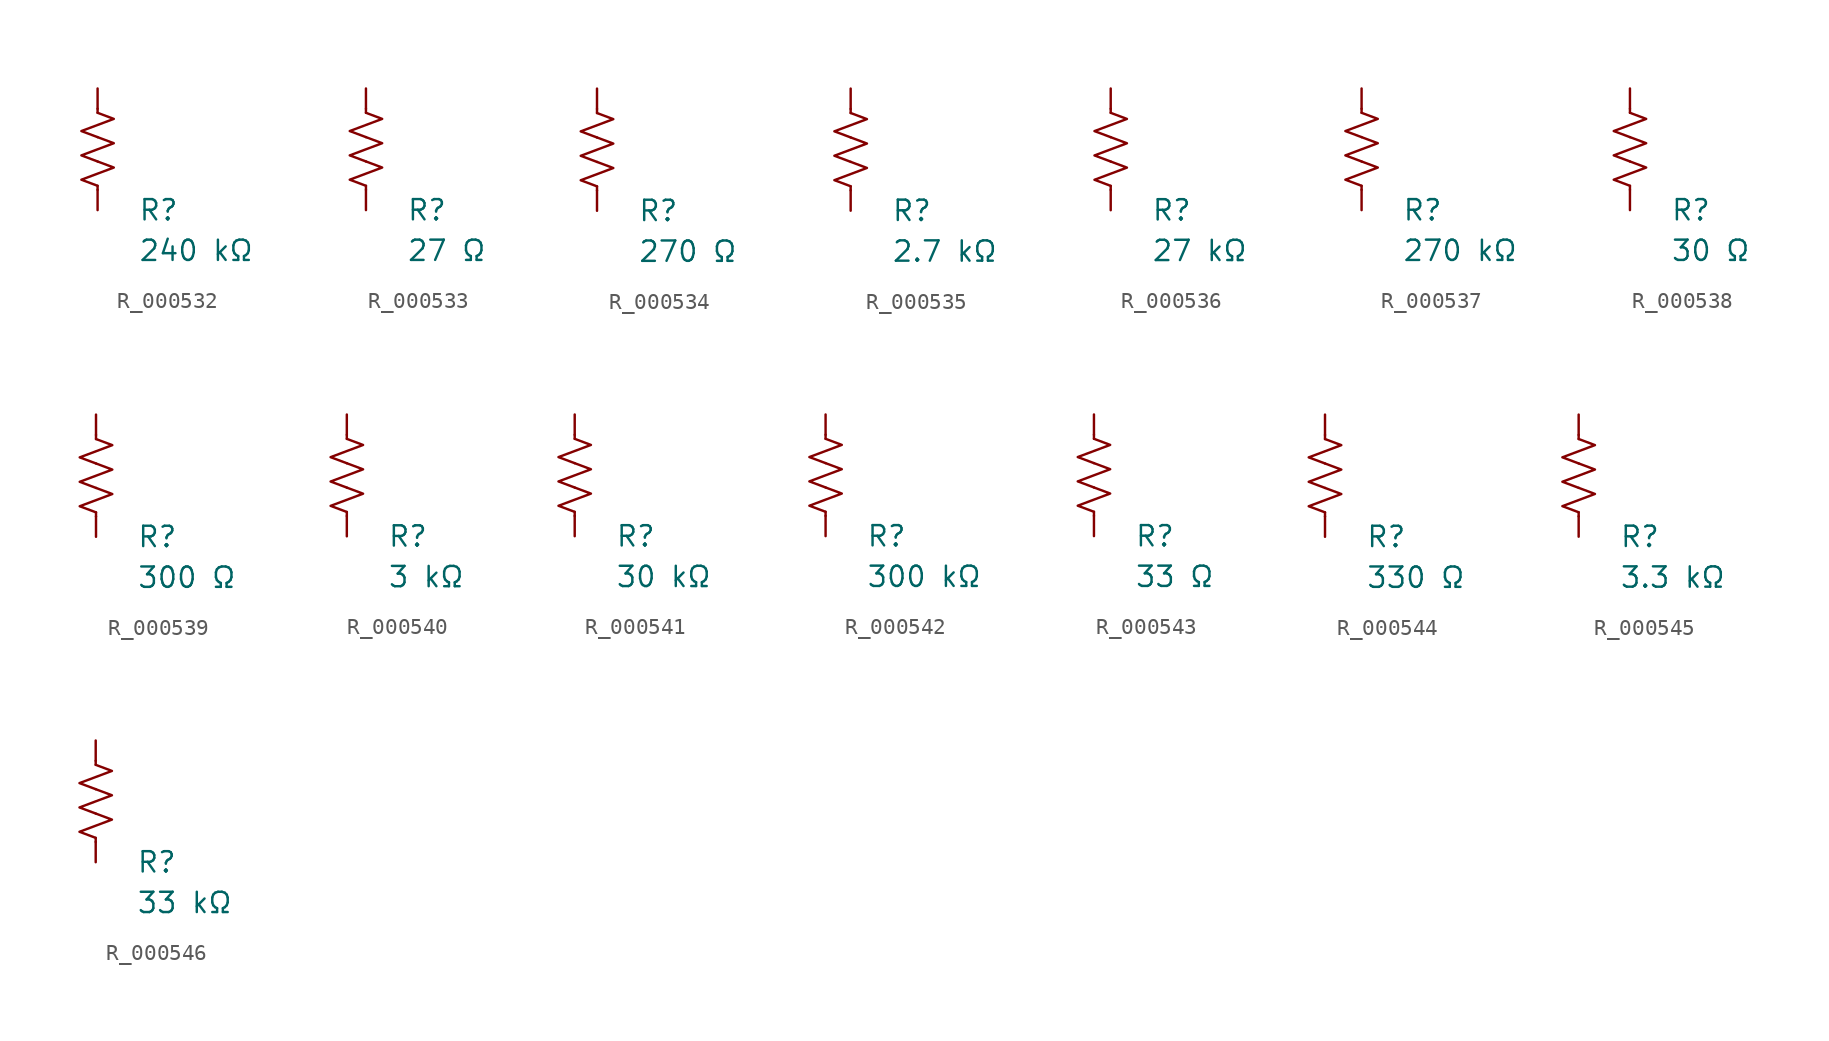
<source format=kicad_sym>
(kicad_symbol_lib
  (version 20231120)
  (generator "kicad_symbol_editor")
  (generator_version "8.0")
  (symbol "R_000532"
    (pin_numbers hide)
    (pin_names
      (offset 0))
    (property "Reference" "R"
      (at 2.54 -3.81 0)
      (effects (font (size 1.27 1.27)) (justify left))
      (show_name no))
    (property "Value" "240 kΩ"
      (at 2.54 -6.35 0)
      (effects (font (size 1.27 1.27)) (justify left))
      (show_name no))
    (symbol "R_000532_0_1"
      (polyline (pts (xy 0 -2.286) (xy 0 -2.54)) (stroke (width 0) (type default)) (fill (type none)))
      (polyline (pts (xy 0 2.286) (xy 0 2.54)) (stroke (width 0) (type default)) (fill (type none)))
      (polyline (pts (xy 0 -0.762) (xy 1.016 -1.143) (xy 0 -1.524) (xy -1.016 -1.905) (xy 0 -2.286)) (stroke (width 0) (type default)) (fill (type none)))
      (polyline (pts (xy 0 0.762) (xy 1.016 0.381) (xy 0 0) (xy -1.016 -0.381) (xy 0 -0.762)) (stroke (width 0) (type default)) (fill (type none)))
      (polyline (pts (xy 0 2.286) (xy 1.016 1.905) (xy 0 1.524) (xy -1.016 1.143) (xy 0 0.762)) (stroke (width 0) (type default)) (fill (type none))))
    (symbol "R_000532_1_1"
      (pin passive line (at 0 3.81 270) (length 1.27) (name "~" (effects (font (size 1.27 1.27)))) (number "1" (effects (font (size 1.27 1.27)))))
      (pin passive line (at 0 -3.81 90) (length 1.27) (name "~" (effects (font (size 1.27 1.27)))) (number "2" (effects (font (size 1.27 1.27)))))))
  (symbol "R_000533"
    (pin_numbers hide)
    (pin_names
      (offset 0))
    (property "Reference" "R"
      (at 2.54 -3.81 0)
      (effects (font (size 1.27 1.27)) (justify left))
      (show_name no))
    (property "Value" "27 Ω"
      (at 2.54 -6.35 0)
      (effects (font (size 1.27 1.27)) (justify left))
      (show_name no))
    (symbol "R_000533_0_1"
      (polyline (pts (xy 0 -2.286) (xy 0 -2.54)) (stroke (width 0) (type default)) (fill (type none)))
      (polyline (pts (xy 0 2.286) (xy 0 2.54)) (stroke (width 0) (type default)) (fill (type none)))
      (polyline (pts (xy 0 -0.762) (xy 1.016 -1.143) (xy 0 -1.524) (xy -1.016 -1.905) (xy 0 -2.286)) (stroke (width 0) (type default)) (fill (type none)))
      (polyline (pts (xy 0 0.762) (xy 1.016 0.381) (xy 0 0) (xy -1.016 -0.381) (xy 0 -0.762)) (stroke (width 0) (type default)) (fill (type none)))
      (polyline (pts (xy 0 2.286) (xy 1.016 1.905) (xy 0 1.524) (xy -1.016 1.143) (xy 0 0.762)) (stroke (width 0) (type default)) (fill (type none))))
    (symbol "R_000533_1_1"
      (pin passive line (at 0 3.81 270) (length 1.27) (name "~" (effects (font (size 1.27 1.27)))) (number "1" (effects (font (size 1.27 1.27)))))
      (pin passive line (at 0 -3.81 90) (length 1.27) (name "~" (effects (font (size 1.27 1.27)))) (number "2" (effects (font (size 1.27 1.27)))))))
  (symbol "R_000534"
    (pin_numbers hide)
    (pin_names
      (offset 0))
    (property "Reference" "R"
      (at 2.54 -3.81 0)
      (effects (font (size 1.27 1.27)) (justify left))
      (show_name no))
    (property "Value" "270 Ω"
      (at 2.54 -6.35 0)
      (effects (font (size 1.27 1.27)) (justify left))
      (show_name no))
    (symbol "R_000534_0_1"
      (polyline (pts (xy 0 -2.286) (xy 0 -2.54)) (stroke (width 0) (type default)) (fill (type none)))
      (polyline (pts (xy 0 2.286) (xy 0 2.54)) (stroke (width 0) (type default)) (fill (type none)))
      (polyline (pts (xy 0 -0.762) (xy 1.016 -1.143) (xy 0 -1.524) (xy -1.016 -1.905) (xy 0 -2.286)) (stroke (width 0) (type default)) (fill (type none)))
      (polyline (pts (xy 0 0.762) (xy 1.016 0.381) (xy 0 0) (xy -1.016 -0.381) (xy 0 -0.762)) (stroke (width 0) (type default)) (fill (type none)))
      (polyline (pts (xy 0 2.286) (xy 1.016 1.905) (xy 0 1.524) (xy -1.016 1.143) (xy 0 0.762)) (stroke (width 0) (type default)) (fill (type none))))
    (symbol "R_000534_1_1"
      (pin passive line (at 0 3.81 270) (length 1.27) (name "~" (effects (font (size 1.27 1.27)))) (number "1" (effects (font (size 1.27 1.27)))))
      (pin passive line (at 0 -3.81 90) (length 1.27) (name "~" (effects (font (size 1.27 1.27)))) (number "2" (effects (font (size 1.27 1.27)))))))
  (symbol "R_000535"
    (pin_numbers hide)
    (pin_names
      (offset 0))
    (property "Reference" "R"
      (at 2.54 -3.81 0)
      (effects (font (size 1.27 1.27)) (justify left))
      (show_name no))
    (property "Value" "2.7 kΩ"
      (at 2.54 -6.35 0)
      (effects (font (size 1.27 1.27)) (justify left))
      (show_name no))
    (symbol "R_000535_0_1"
      (polyline (pts (xy 0 -2.286) (xy 0 -2.54)) (stroke (width 0) (type default)) (fill (type none)))
      (polyline (pts (xy 0 2.286) (xy 0 2.54)) (stroke (width 0) (type default)) (fill (type none)))
      (polyline (pts (xy 0 -0.762) (xy 1.016 -1.143) (xy 0 -1.524) (xy -1.016 -1.905) (xy 0 -2.286)) (stroke (width 0) (type default)) (fill (type none)))
      (polyline (pts (xy 0 0.762) (xy 1.016 0.381) (xy 0 0) (xy -1.016 -0.381) (xy 0 -0.762)) (stroke (width 0) (type default)) (fill (type none)))
      (polyline (pts (xy 0 2.286) (xy 1.016 1.905) (xy 0 1.524) (xy -1.016 1.143) (xy 0 0.762)) (stroke (width 0) (type default)) (fill (type none))))
    (symbol "R_000535_1_1"
      (pin passive line (at 0 3.81 270) (length 1.27) (name "~" (effects (font (size 1.27 1.27)))) (number "1" (effects (font (size 1.27 1.27)))))
      (pin passive line (at 0 -3.81 90) (length 1.27) (name "~" (effects (font (size 1.27 1.27)))) (number "2" (effects (font (size 1.27 1.27)))))))
  (symbol "R_000536"
    (pin_numbers hide)
    (pin_names
      (offset 0))
    (property "Reference" "R"
      (at 2.54 -3.81 0)
      (effects (font (size 1.27 1.27)) (justify left))
      (show_name no))
    (property "Value" "27 kΩ"
      (at 2.54 -6.35 0)
      (effects (font (size 1.27 1.27)) (justify left))
      (show_name no))
    (symbol "R_000536_0_1"
      (polyline (pts (xy 0 -2.286) (xy 0 -2.54)) (stroke (width 0) (type default)) (fill (type none)))
      (polyline (pts (xy 0 2.286) (xy 0 2.54)) (stroke (width 0) (type default)) (fill (type none)))
      (polyline (pts (xy 0 -0.762) (xy 1.016 -1.143) (xy 0 -1.524) (xy -1.016 -1.905) (xy 0 -2.286)) (stroke (width 0) (type default)) (fill (type none)))
      (polyline (pts (xy 0 0.762) (xy 1.016 0.381) (xy 0 0) (xy -1.016 -0.381) (xy 0 -0.762)) (stroke (width 0) (type default)) (fill (type none)))
      (polyline (pts (xy 0 2.286) (xy 1.016 1.905) (xy 0 1.524) (xy -1.016 1.143) (xy 0 0.762)) (stroke (width 0) (type default)) (fill (type none))))
    (symbol "R_000536_1_1"
      (pin passive line (at 0 3.81 270) (length 1.27) (name "~" (effects (font (size 1.27 1.27)))) (number "1" (effects (font (size 1.27 1.27)))))
      (pin passive line (at 0 -3.81 90) (length 1.27) (name "~" (effects (font (size 1.27 1.27)))) (number "2" (effects (font (size 1.27 1.27)))))))
  (symbol "R_000537"
    (pin_numbers hide)
    (pin_names
      (offset 0))
    (property "Reference" "R"
      (at 2.54 -3.81 0)
      (effects (font (size 1.27 1.27)) (justify left))
      (show_name no))
    (property "Value" "270 kΩ"
      (at 2.54 -6.35 0)
      (effects (font (size 1.27 1.27)) (justify left))
      (show_name no))
    (symbol "R_000537_0_1"
      (polyline (pts (xy 0 -2.286) (xy 0 -2.54)) (stroke (width 0) (type default)) (fill (type none)))
      (polyline (pts (xy 0 2.286) (xy 0 2.54)) (stroke (width 0) (type default)) (fill (type none)))
      (polyline (pts (xy 0 -0.762) (xy 1.016 -1.143) (xy 0 -1.524) (xy -1.016 -1.905) (xy 0 -2.286)) (stroke (width 0) (type default)) (fill (type none)))
      (polyline (pts (xy 0 0.762) (xy 1.016 0.381) (xy 0 0) (xy -1.016 -0.381) (xy 0 -0.762)) (stroke (width 0) (type default)) (fill (type none)))
      (polyline (pts (xy 0 2.286) (xy 1.016 1.905) (xy 0 1.524) (xy -1.016 1.143) (xy 0 0.762)) (stroke (width 0) (type default)) (fill (type none))))
    (symbol "R_000537_1_1"
      (pin passive line (at 0 3.81 270) (length 1.27) (name "~" (effects (font (size 1.27 1.27)))) (number "1" (effects (font (size 1.27 1.27)))))
      (pin passive line (at 0 -3.81 90) (length 1.27) (name "~" (effects (font (size 1.27 1.27)))) (number "2" (effects (font (size 1.27 1.27)))))))
  (symbol "R_000538"
    (pin_numbers hide)
    (pin_names
      (offset 0))
    (property "Reference" "R"
      (at 2.54 -3.81 0)
      (effects (font (size 1.27 1.27)) (justify left))
      (show_name no))
    (property "Value" "30 Ω"
      (at 2.54 -6.35 0)
      (effects (font (size 1.27 1.27)) (justify left))
      (show_name no))
    (symbol "R_000538_0_1"
      (polyline (pts (xy 0 -2.286) (xy 0 -2.54)) (stroke (width 0) (type default)) (fill (type none)))
      (polyline (pts (xy 0 2.286) (xy 0 2.54)) (stroke (width 0) (type default)) (fill (type none)))
      (polyline (pts (xy 0 -0.762) (xy 1.016 -1.143) (xy 0 -1.524) (xy -1.016 -1.905) (xy 0 -2.286)) (stroke (width 0) (type default)) (fill (type none)))
      (polyline (pts (xy 0 0.762) (xy 1.016 0.381) (xy 0 0) (xy -1.016 -0.381) (xy 0 -0.762)) (stroke (width 0) (type default)) (fill (type none)))
      (polyline (pts (xy 0 2.286) (xy 1.016 1.905) (xy 0 1.524) (xy -1.016 1.143) (xy 0 0.762)) (stroke (width 0) (type default)) (fill (type none))))
    (symbol "R_000538_1_1"
      (pin passive line (at 0 3.81 270) (length 1.27) (name "~" (effects (font (size 1.27 1.27)))) (number "1" (effects (font (size 1.27 1.27)))))
      (pin passive line (at 0 -3.81 90) (length 1.27) (name "~" (effects (font (size 1.27 1.27)))) (number "2" (effects (font (size 1.27 1.27)))))))
  (symbol "R_000539"
    (pin_numbers hide)
    (pin_names
      (offset 0))
    (property "Reference" "R"
      (at 2.54 -3.81 0)
      (effects (font (size 1.27 1.27)) (justify left))
      (show_name no))
    (property "Value" "300 Ω"
      (at 2.54 -6.35 0)
      (effects (font (size 1.27 1.27)) (justify left))
      (show_name no))
    (symbol "R_000539_0_1"
      (polyline (pts (xy 0 -2.286) (xy 0 -2.54)) (stroke (width 0) (type default)) (fill (type none)))
      (polyline (pts (xy 0 2.286) (xy 0 2.54)) (stroke (width 0) (type default)) (fill (type none)))
      (polyline (pts (xy 0 -0.762) (xy 1.016 -1.143) (xy 0 -1.524) (xy -1.016 -1.905) (xy 0 -2.286)) (stroke (width 0) (type default)) (fill (type none)))
      (polyline (pts (xy 0 0.762) (xy 1.016 0.381) (xy 0 0) (xy -1.016 -0.381) (xy 0 -0.762)) (stroke (width 0) (type default)) (fill (type none)))
      (polyline (pts (xy 0 2.286) (xy 1.016 1.905) (xy 0 1.524) (xy -1.016 1.143) (xy 0 0.762)) (stroke (width 0) (type default)) (fill (type none))))
    (symbol "R_000539_1_1"
      (pin passive line (at 0 3.81 270) (length 1.27) (name "~" (effects (font (size 1.27 1.27)))) (number "1" (effects (font (size 1.27 1.27)))))
      (pin passive line (at 0 -3.81 90) (length 1.27) (name "~" (effects (font (size 1.27 1.27)))) (number "2" (effects (font (size 1.27 1.27)))))))
  (symbol "R_000540"
    (pin_numbers hide)
    (pin_names
      (offset 0))
    (property "Reference" "R"
      (at 2.54 -3.81 0)
      (effects (font (size 1.27 1.27)) (justify left))
      (show_name no))
    (property "Value" "3 kΩ"
      (at 2.54 -6.35 0)
      (effects (font (size 1.27 1.27)) (justify left))
      (show_name no))
    (symbol "R_000540_0_1"
      (polyline (pts (xy 0 -2.286) (xy 0 -2.54)) (stroke (width 0) (type default)) (fill (type none)))
      (polyline (pts (xy 0 2.286) (xy 0 2.54)) (stroke (width 0) (type default)) (fill (type none)))
      (polyline (pts (xy 0 -0.762) (xy 1.016 -1.143) (xy 0 -1.524) (xy -1.016 -1.905) (xy 0 -2.286)) (stroke (width 0) (type default)) (fill (type none)))
      (polyline (pts (xy 0 0.762) (xy 1.016 0.381) (xy 0 0) (xy -1.016 -0.381) (xy 0 -0.762)) (stroke (width 0) (type default)) (fill (type none)))
      (polyline (pts (xy 0 2.286) (xy 1.016 1.905) (xy 0 1.524) (xy -1.016 1.143) (xy 0 0.762)) (stroke (width 0) (type default)) (fill (type none))))
    (symbol "R_000540_1_1"
      (pin passive line (at 0 3.81 270) (length 1.27) (name "~" (effects (font (size 1.27 1.27)))) (number "1" (effects (font (size 1.27 1.27)))))
      (pin passive line (at 0 -3.81 90) (length 1.27) (name "~" (effects (font (size 1.27 1.27)))) (number "2" (effects (font (size 1.27 1.27)))))))
  (symbol "R_000541"
    (pin_numbers hide)
    (pin_names
      (offset 0))
    (property "Reference" "R"
      (at 2.54 -3.81 0)
      (effects (font (size 1.27 1.27)) (justify left))
      (show_name no))
    (property "Value" "30 kΩ"
      (at 2.54 -6.35 0)
      (effects (font (size 1.27 1.27)) (justify left))
      (show_name no))
    (symbol "R_000541_0_1"
      (polyline (pts (xy 0 -2.286) (xy 0 -2.54)) (stroke (width 0) (type default)) (fill (type none)))
      (polyline (pts (xy 0 2.286) (xy 0 2.54)) (stroke (width 0) (type default)) (fill (type none)))
      (polyline (pts (xy 0 -0.762) (xy 1.016 -1.143) (xy 0 -1.524) (xy -1.016 -1.905) (xy 0 -2.286)) (stroke (width 0) (type default)) (fill (type none)))
      (polyline (pts (xy 0 0.762) (xy 1.016 0.381) (xy 0 0) (xy -1.016 -0.381) (xy 0 -0.762)) (stroke (width 0) (type default)) (fill (type none)))
      (polyline (pts (xy 0 2.286) (xy 1.016 1.905) (xy 0 1.524) (xy -1.016 1.143) (xy 0 0.762)) (stroke (width 0) (type default)) (fill (type none))))
    (symbol "R_000541_1_1"
      (pin passive line (at 0 3.81 270) (length 1.27) (name "~" (effects (font (size 1.27 1.27)))) (number "1" (effects (font (size 1.27 1.27)))))
      (pin passive line (at 0 -3.81 90) (length 1.27) (name "~" (effects (font (size 1.27 1.27)))) (number "2" (effects (font (size 1.27 1.27)))))))
  (symbol "R_000542"
    (pin_numbers hide)
    (pin_names
      (offset 0))
    (property "Reference" "R"
      (at 2.54 -3.81 0)
      (effects (font (size 1.27 1.27)) (justify left))
      (show_name no))
    (property "Value" "300 kΩ"
      (at 2.54 -6.35 0)
      (effects (font (size 1.27 1.27)) (justify left))
      (show_name no))
    (symbol "R_000542_0_1"
      (polyline (pts (xy 0 -2.286) (xy 0 -2.54)) (stroke (width 0) (type default)) (fill (type none)))
      (polyline (pts (xy 0 2.286) (xy 0 2.54)) (stroke (width 0) (type default)) (fill (type none)))
      (polyline (pts (xy 0 -0.762) (xy 1.016 -1.143) (xy 0 -1.524) (xy -1.016 -1.905) (xy 0 -2.286)) (stroke (width 0) (type default)) (fill (type none)))
      (polyline (pts (xy 0 0.762) (xy 1.016 0.381) (xy 0 0) (xy -1.016 -0.381) (xy 0 -0.762)) (stroke (width 0) (type default)) (fill (type none)))
      (polyline (pts (xy 0 2.286) (xy 1.016 1.905) (xy 0 1.524) (xy -1.016 1.143) (xy 0 0.762)) (stroke (width 0) (type default)) (fill (type none))))
    (symbol "R_000542_1_1"
      (pin passive line (at 0 3.81 270) (length 1.27) (name "~" (effects (font (size 1.27 1.27)))) (number "1" (effects (font (size 1.27 1.27)))))
      (pin passive line (at 0 -3.81 90) (length 1.27) (name "~" (effects (font (size 1.27 1.27)))) (number "2" (effects (font (size 1.27 1.27)))))))
  (symbol "R_000543"
    (pin_numbers hide)
    (pin_names
      (offset 0))
    (property "Reference" "R"
      (at 2.54 -3.81 0)
      (effects (font (size 1.27 1.27)) (justify left))
      (show_name no))
    (property "Value" "33 Ω"
      (at 2.54 -6.35 0)
      (effects (font (size 1.27 1.27)) (justify left))
      (show_name no))
    (symbol "R_000543_0_1"
      (polyline (pts (xy 0 -2.286) (xy 0 -2.54)) (stroke (width 0) (type default)) (fill (type none)))
      (polyline (pts (xy 0 2.286) (xy 0 2.54)) (stroke (width 0) (type default)) (fill (type none)))
      (polyline (pts (xy 0 -0.762) (xy 1.016 -1.143) (xy 0 -1.524) (xy -1.016 -1.905) (xy 0 -2.286)) (stroke (width 0) (type default)) (fill (type none)))
      (polyline (pts (xy 0 0.762) (xy 1.016 0.381) (xy 0 0) (xy -1.016 -0.381) (xy 0 -0.762)) (stroke (width 0) (type default)) (fill (type none)))
      (polyline (pts (xy 0 2.286) (xy 1.016 1.905) (xy 0 1.524) (xy -1.016 1.143) (xy 0 0.762)) (stroke (width 0) (type default)) (fill (type none))))
    (symbol "R_000543_1_1"
      (pin passive line (at 0 3.81 270) (length 1.27) (name "~" (effects (font (size 1.27 1.27)))) (number "1" (effects (font (size 1.27 1.27)))))
      (pin passive line (at 0 -3.81 90) (length 1.27) (name "~" (effects (font (size 1.27 1.27)))) (number "2" (effects (font (size 1.27 1.27)))))))
  (symbol "R_000544"
    (pin_numbers hide)
    (pin_names
      (offset 0))
    (property "Reference" "R"
      (at 2.54 -3.81 0)
      (effects (font (size 1.27 1.27)) (justify left))
      (show_name no))
    (property "Value" "330 Ω"
      (at 2.54 -6.35 0)
      (effects (font (size 1.27 1.27)) (justify left))
      (show_name no))
    (symbol "R_000544_0_1"
      (polyline (pts (xy 0 -2.286) (xy 0 -2.54)) (stroke (width 0) (type default)) (fill (type none)))
      (polyline (pts (xy 0 2.286) (xy 0 2.54)) (stroke (width 0) (type default)) (fill (type none)))
      (polyline (pts (xy 0 -0.762) (xy 1.016 -1.143) (xy 0 -1.524) (xy -1.016 -1.905) (xy 0 -2.286)) (stroke (width 0) (type default)) (fill (type none)))
      (polyline (pts (xy 0 0.762) (xy 1.016 0.381) (xy 0 0) (xy -1.016 -0.381) (xy 0 -0.762)) (stroke (width 0) (type default)) (fill (type none)))
      (polyline (pts (xy 0 2.286) (xy 1.016 1.905) (xy 0 1.524) (xy -1.016 1.143) (xy 0 0.762)) (stroke (width 0) (type default)) (fill (type none))))
    (symbol "R_000544_1_1"
      (pin passive line (at 0 3.81 270) (length 1.27) (name "~" (effects (font (size 1.27 1.27)))) (number "1" (effects (font (size 1.27 1.27)))))
      (pin passive line (at 0 -3.81 90) (length 1.27) (name "~" (effects (font (size 1.27 1.27)))) (number "2" (effects (font (size 1.27 1.27)))))))
  (symbol "R_000545"
    (pin_numbers hide)
    (pin_names
      (offset 0))
    (property "Reference" "R"
      (at 2.54 -3.81 0)
      (effects (font (size 1.27 1.27)) (justify left))
      (show_name no))
    (property "Value" "3.3 kΩ"
      (at 2.54 -6.35 0)
      (effects (font (size 1.27 1.27)) (justify left))
      (show_name no))
    (symbol "R_000545_0_1"
      (polyline (pts (xy 0 -2.286) (xy 0 -2.54)) (stroke (width 0) (type default)) (fill (type none)))
      (polyline (pts (xy 0 2.286) (xy 0 2.54)) (stroke (width 0) (type default)) (fill (type none)))
      (polyline (pts (xy 0 -0.762) (xy 1.016 -1.143) (xy 0 -1.524) (xy -1.016 -1.905) (xy 0 -2.286)) (stroke (width 0) (type default)) (fill (type none)))
      (polyline (pts (xy 0 0.762) (xy 1.016 0.381) (xy 0 0) (xy -1.016 -0.381) (xy 0 -0.762)) (stroke (width 0) (type default)) (fill (type none)))
      (polyline (pts (xy 0 2.286) (xy 1.016 1.905) (xy 0 1.524) (xy -1.016 1.143) (xy 0 0.762)) (stroke (width 0) (type default)) (fill (type none))))
    (symbol "R_000545_1_1"
      (pin passive line (at 0 3.81 270) (length 1.27) (name "~" (effects (font (size 1.27 1.27)))) (number "1" (effects (font (size 1.27 1.27)))))
      (pin passive line (at 0 -3.81 90) (length 1.27) (name "~" (effects (font (size 1.27 1.27)))) (number "2" (effects (font (size 1.27 1.27)))))))
  (symbol "R_000546"
    (pin_numbers hide)
    (pin_names
      (offset 0))
    (property "Reference" "R"
      (at 2.54 -3.81 0)
      (effects (font (size 1.27 1.27)) (justify left))
      (show_name no))
    (property "Value" "33 kΩ"
      (at 2.54 -6.35 0)
      (effects (font (size 1.27 1.27)) (justify left))
      (show_name no))
    (symbol "R_000546_0_1"
      (polyline (pts (xy 0 -2.286) (xy 0 -2.54)) (stroke (width 0) (type default)) (fill (type none)))
      (polyline (pts (xy 0 2.286) (xy 0 2.54)) (stroke (width 0) (type default)) (fill (type none)))
      (polyline (pts (xy 0 -0.762) (xy 1.016 -1.143) (xy 0 -1.524) (xy -1.016 -1.905) (xy 0 -2.286)) (stroke (width 0) (type default)) (fill (type none)))
      (polyline (pts (xy 0 0.762) (xy 1.016 0.381) (xy 0 0) (xy -1.016 -0.381) (xy 0 -0.762)) (stroke (width 0) (type default)) (fill (type none)))
      (polyline (pts (xy 0 2.286) (xy 1.016 1.905) (xy 0 1.524) (xy -1.016 1.143) (xy 0 0.762)) (stroke (width 0) (type default)) (fill (type none))))
    (symbol "R_000546_1_1"
      (pin passive line (at 0 3.81 270) (length 1.27) (name "~" (effects (font (size 1.27 1.27)))) (number "1" (effects (font (size 1.27 1.27)))))
      (pin passive line (at 0 -3.81 90) (length 1.27) (name "~" (effects (font (size 1.27 1.27)))) (number "2" (effects (font (size 1.27 1.27))))))))
</source>
